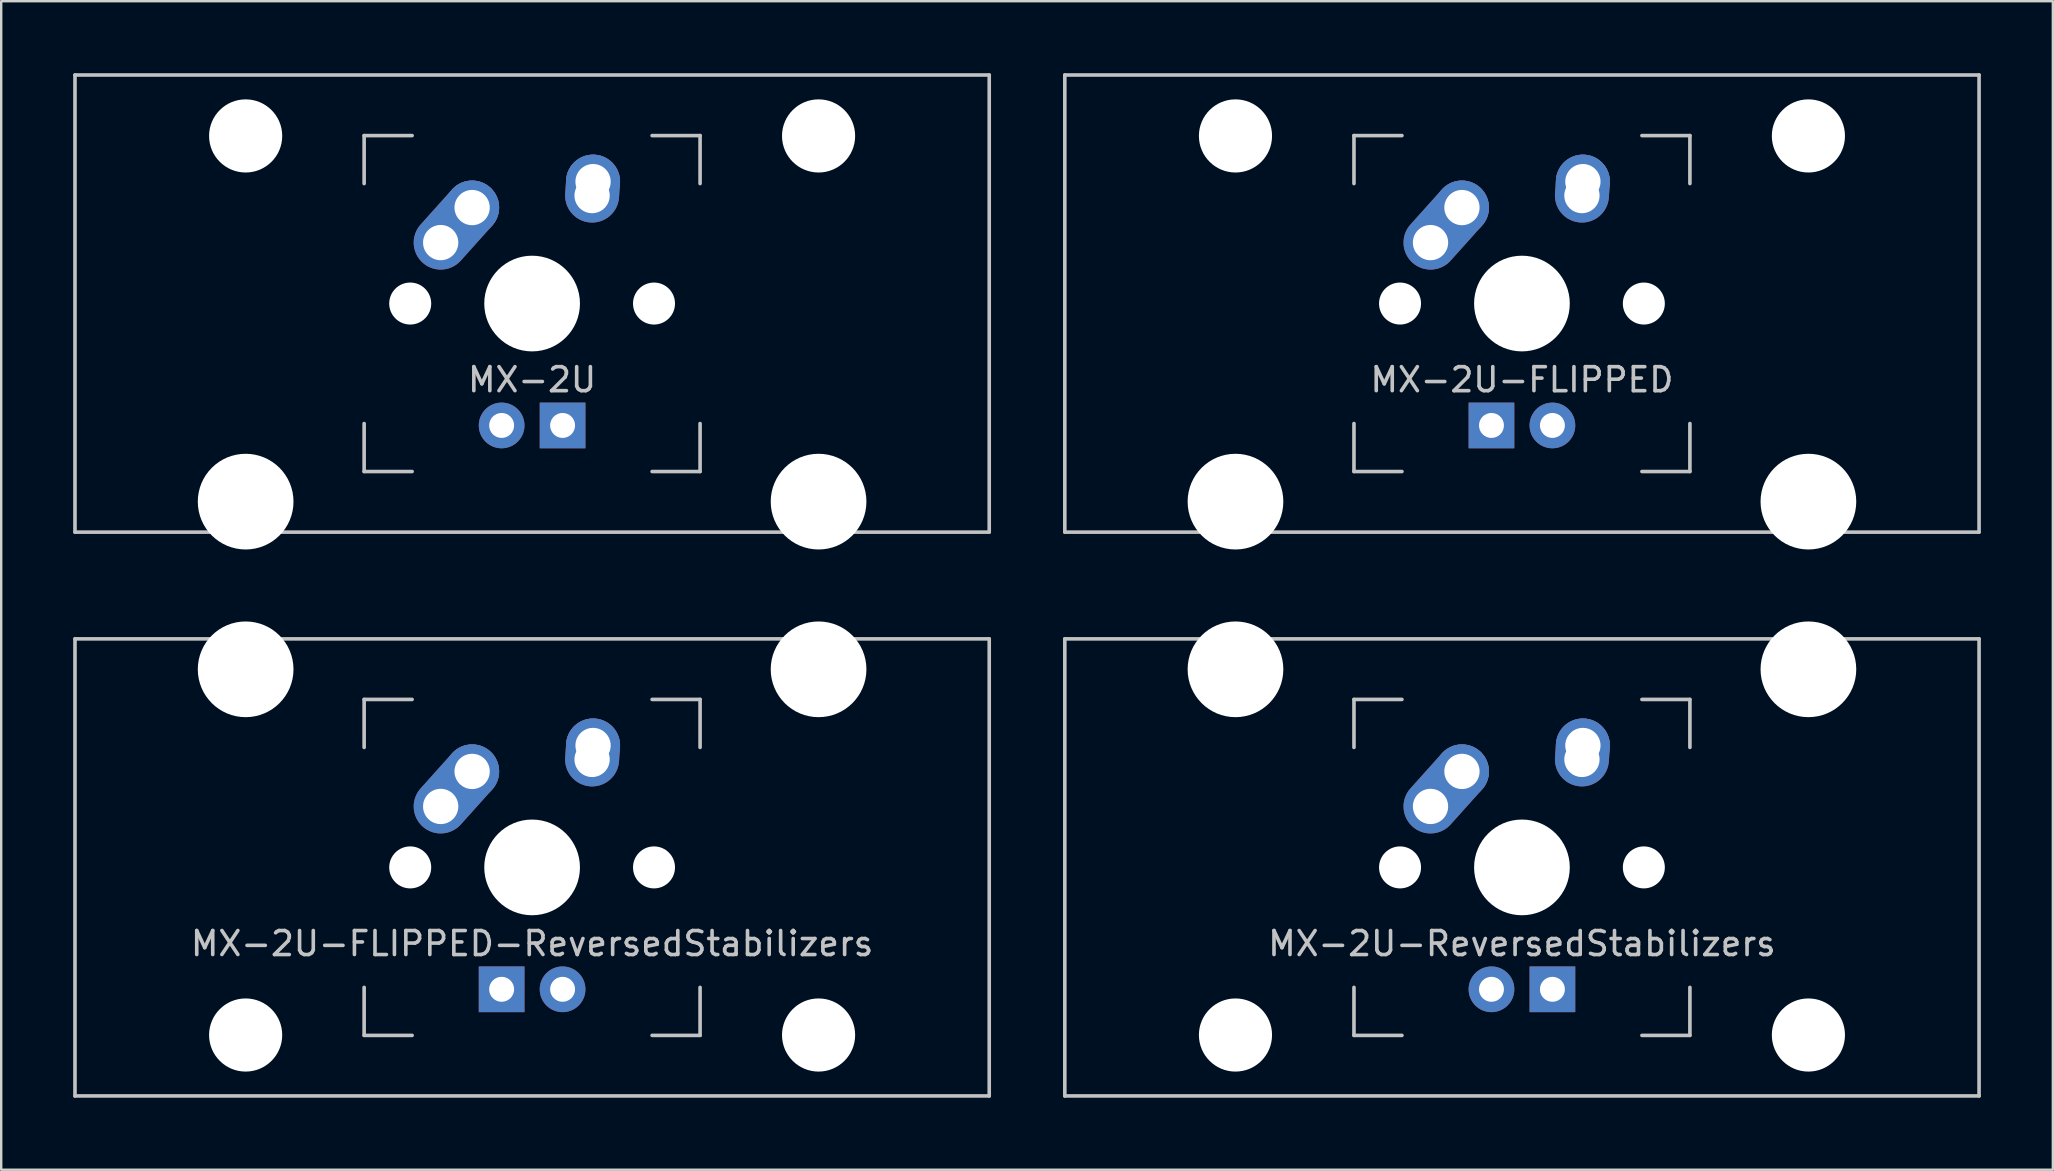
<source format=kicad_pcb>
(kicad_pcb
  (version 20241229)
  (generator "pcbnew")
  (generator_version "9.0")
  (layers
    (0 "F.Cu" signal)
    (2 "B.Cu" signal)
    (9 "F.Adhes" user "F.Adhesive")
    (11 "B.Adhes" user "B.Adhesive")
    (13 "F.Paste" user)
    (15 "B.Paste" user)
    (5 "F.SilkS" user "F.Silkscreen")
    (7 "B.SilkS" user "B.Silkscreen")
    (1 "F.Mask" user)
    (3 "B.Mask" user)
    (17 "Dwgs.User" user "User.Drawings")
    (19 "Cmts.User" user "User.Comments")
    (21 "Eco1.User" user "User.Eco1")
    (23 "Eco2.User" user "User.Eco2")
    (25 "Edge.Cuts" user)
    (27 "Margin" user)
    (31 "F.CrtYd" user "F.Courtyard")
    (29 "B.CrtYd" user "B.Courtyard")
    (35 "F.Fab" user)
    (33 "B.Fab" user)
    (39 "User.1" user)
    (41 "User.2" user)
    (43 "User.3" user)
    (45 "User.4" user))
  (footprint "MX-2U-FLIPPED"
    (layer "F.Cu")
    (at 60.375 9.6)
    (property "Reference" "MX-2U-FLIPPED" (at 0 3.175 0) (layer "Dwgs.User") (effects (font (size 1 1) (thickness 0.15))))
    (attr through_hole)
    (fp_line (start -19.05 -9.525) (end 19.05 -9.525) (stroke (width 0.15) (type solid)) (layer "Dwgs.User"))
    (fp_line (start -19.05 9.525) (end -19.05 -9.525) (stroke (width 0.15) (type solid)) (layer "Dwgs.User"))
    (fp_line (start -19.05 9.525) (end 19.05 9.525) (stroke (width 0.15) (type solid)) (layer "Dwgs.User"))
    (fp_line (start -7 -7) (end -7 -5) (stroke (width 0.15) (type solid)) (layer "Dwgs.User"))
    (fp_line (start -7 5) (end -7 7) (stroke (width 0.15) (type solid)) (layer "Dwgs.User"))
    (fp_line (start -7 7) (end -5 7) (stroke (width 0.15) (type solid)) (layer "Dwgs.User"))
    (fp_line (start -5 -7) (end -7 -7) (stroke (width 0.15) (type solid)) (layer "Dwgs.User"))
    (fp_line (start 5 -7) (end 7 -7) (stroke (width 0.15) (type solid)) (layer "Dwgs.User"))
    (fp_line (start 5 7) (end 7 7) (stroke (width 0.15) (type solid)) (layer "Dwgs.User"))
    (fp_line (start 7 -7) (end 7 -5) (stroke (width 0.15) (type solid)) (layer "Dwgs.User"))
    (fp_line (start 7 7) (end 7 5) (stroke (width 0.15) (type solid)) (layer "Dwgs.User"))
    (fp_line (start 19.05 -9.525) (end 19.05 9.525) (stroke (width 0.15) (type solid)) (layer "Dwgs.User"))
    (pad "" np_thru_hole circle (at -11.938 -6.985) (size 3.048 3.048) (drill 3.048) (layers "*.Cu" "*.Mask"))
    (pad "" np_thru_hole circle (at -11.938 8.255) (size 3.988 3.988) (drill 3.988) (layers "*.Cu" "*.Mask"))
    (pad "" np_thru_hole circle (at -5.08 0 48.1) (size 1.75 1.75) (drill 1.75) (layers "*.Cu" "*.Mask"))
    (pad "" np_thru_hole circle (at 0 0) (size 3.988 3.988) (drill 3.988) (layers "*.Cu" "*.Mask"))
    (pad "" np_thru_hole circle (at 5.08 0 48.1) (size 1.75 1.75) (drill 1.75) (layers "*.Cu" "*.Mask"))
    (pad "" np_thru_hole circle (at 11.938 -6.985) (size 3.048 3.048) (drill 3.048) (layers "*.Cu" "*.Mask"))
    (pad "" np_thru_hole circle (at 11.938 8.255) (size 3.988 3.988) (drill 3.988) (layers "*.Cu" "*.Mask"))
    (pad "1" thru_hole oval (at -3.81 -2.54 48.1) (size 4.212 2.25) (drill 1.47 (offset 0.981 0)) (layers "*.Cu" "B.Mask"))
    (pad "1" thru_hole circle (at -2.5 -4) (size 2.25 2.25) (drill 1.47) (layers "*.Cu" "B.Mask"))
    (pad "2" thru_hole oval (at 2.5 -4.5 86.055) (size 2.831 2.25) (drill 1.47 (offset 0.291 0)) (layers "*.Cu" "B.Mask"))
    (pad "2" thru_hole circle (at 2.54 -5.08) (size 2.25 2.25) (drill 1.47) (layers "*.Cu" "B.Mask"))
    (pad "3" thru_hole circle (at 1.27 5.08) (size 1.905 1.905) (drill 1.04) (layers "*.Cu" "B.Mask"))
    (pad "4" thru_hole rect (at -1.27 5.08) (size 1.905 1.905) (drill 1.04) (layers "*.Cu" "B.Mask")))
  (footprint "MX-2U-FLIPPED-ReversedStabilizers"
    (layer "F.Cu")
    (at 19.125 33.098)
    (property "Reference" "MX-2U-FLIPPED-ReversedStabilizers" (at 0 3.175 0) (layer "Dwgs.User") (effects (font (size 1 1) (thickness 0.15))))
    (attr through_hole)
    (fp_line (start -19.05 -9.525) (end 19.05 -9.525) (stroke (width 0.15) (type solid)) (layer "Dwgs.User"))
    (fp_line (start -19.05 9.525) (end -19.05 -9.525) (stroke (width 0.15) (type solid)) (layer "Dwgs.User"))
    (fp_line (start -19.05 9.525) (end 19.05 9.525) (stroke (width 0.15) (type solid)) (layer "Dwgs.User"))
    (fp_line (start -7 -7) (end -7 -5) (stroke (width 0.15) (type solid)) (layer "Dwgs.User"))
    (fp_line (start -7 5) (end -7 7) (stroke (width 0.15) (type solid)) (layer "Dwgs.User"))
    (fp_line (start -7 7) (end -5 7) (stroke (width 0.15) (type solid)) (layer "Dwgs.User"))
    (fp_line (start -5 -7) (end -7 -7) (stroke (width 0.15) (type solid)) (layer "Dwgs.User"))
    (fp_line (start 5 -7) (end 7 -7) (stroke (width 0.15) (type solid)) (layer "Dwgs.User"))
    (fp_line (start 5 7) (end 7 7) (stroke (width 0.15) (type solid)) (layer "Dwgs.User"))
    (fp_line (start 7 -7) (end 7 -5) (stroke (width 0.15) (type solid)) (layer "Dwgs.User"))
    (fp_line (start 7 7) (end 7 5) (stroke (width 0.15) (type solid)) (layer "Dwgs.User"))
    (fp_line (start 19.05 -9.525) (end 19.05 9.525) (stroke (width 0.15) (type solid)) (layer "Dwgs.User"))
    (pad "" np_thru_hole circle (at -11.938 -8.255) (size 3.988 3.988) (drill 3.988) (layers "*.Cu" "*.Mask"))
    (pad "" np_thru_hole circle (at -11.938 6.985) (size 3.048 3.048) (drill 3.048) (layers "*.Cu" "*.Mask"))
    (pad "" np_thru_hole circle (at -5.08 0 48.1) (size 1.75 1.75) (drill 1.75) (layers "*.Cu" "*.Mask"))
    (pad "" np_thru_hole circle (at 0 0) (size 3.988 3.988) (drill 3.988) (layers "*.Cu" "*.Mask"))
    (pad "" np_thru_hole circle (at 5.08 0 48.1) (size 1.75 1.75) (drill 1.75) (layers "*.Cu" "*.Mask"))
    (pad "" np_thru_hole circle (at 11.938 -8.255) (size 3.988 3.988) (drill 3.988) (layers "*.Cu" "*.Mask"))
    (pad "" np_thru_hole circle (at 11.938 6.985) (size 3.048 3.048) (drill 3.048) (layers "*.Cu" "*.Mask"))
    (pad "1" thru_hole oval (at -3.81 -2.54 48.1) (size 4.212 2.25) (drill 1.47 (offset 0.981 0)) (layers "*.Cu" "B.Mask"))
    (pad "1" thru_hole circle (at -2.5 -4) (size 2.25 2.25) (drill 1.47) (layers "*.Cu" "B.Mask"))
    (pad "2" thru_hole oval (at 2.5 -4.5 86.055) (size 2.831 2.25) (drill 1.47 (offset 0.291 0)) (layers "*.Cu" "B.Mask"))
    (pad "2" thru_hole circle (at 2.54 -5.08) (size 2.25 2.25) (drill 1.47) (layers "*.Cu" "B.Mask"))
    (pad "3" thru_hole circle (at 1.27 5.08) (size 1.905 1.905) (drill 1.04) (layers "*.Cu" "B.Mask"))
    (pad "4" thru_hole rect (at -1.27 5.08) (size 1.905 1.905) (drill 1.04) (layers "*.Cu" "B.Mask")))
  (footprint "MX-2U"
    (layer "F.Cu")
    (at 19.125 9.6)
    (property "Reference" "MX-2U" (at 0 3.175 0) (layer "Dwgs.User") (effects (font (size 1 1) (thickness 0.15))))
    (attr through_hole)
    (fp_line (start -19.05 -9.525) (end 19.05 -9.525) (stroke (width 0.15) (type solid)) (layer "Dwgs.User"))
    (fp_line (start -19.05 9.525) (end -19.05 -9.525) (stroke (width 0.15) (type solid)) (layer "Dwgs.User"))
    (fp_line (start -19.05 9.525) (end 19.05 9.525) (stroke (width 0.15) (type solid)) (layer "Dwgs.User"))
    (fp_line (start -7 -7) (end -7 -5) (stroke (width 0.15) (type solid)) (layer "Dwgs.User"))
    (fp_line (start -7 5) (end -7 7) (stroke (width 0.15) (type solid)) (layer "Dwgs.User"))
    (fp_line (start -7 7) (end -5 7) (stroke (width 0.15) (type solid)) (layer "Dwgs.User"))
    (fp_line (start -5 -7) (end -7 -7) (stroke (width 0.15) (type solid)) (layer "Dwgs.User"))
    (fp_line (start 5 -7) (end 7 -7) (stroke (width 0.15) (type solid)) (layer "Dwgs.User"))
    (fp_line (start 5 7) (end 7 7) (stroke (width 0.15) (type solid)) (layer "Dwgs.User"))
    (fp_line (start 7 -7) (end 7 -5) (stroke (width 0.15) (type solid)) (layer "Dwgs.User"))
    (fp_line (start 7 7) (end 7 5) (stroke (width 0.15) (type solid)) (layer "Dwgs.User"))
    (fp_line (start 19.05 -9.525) (end 19.05 9.525) (stroke (width 0.15) (type solid)) (layer "Dwgs.User"))
    (pad "" np_thru_hole circle (at -11.938 -6.985) (size 3.048 3.048) (drill 3.048) (layers "*.Cu" "*.Mask"))
    (pad "" np_thru_hole circle (at -11.938 8.255) (size 3.988 3.988) (drill 3.988) (layers "*.Cu" "*.Mask"))
    (pad "" np_thru_hole circle (at -5.08 0 48.1) (size 1.75 1.75) (drill 1.75) (layers "*.Cu" "*.Mask"))
    (pad "" np_thru_hole circle (at 0 0) (size 3.988 3.988) (drill 3.988) (layers "*.Cu" "*.Mask"))
    (pad "" np_thru_hole circle (at 5.08 0 48.1) (size 1.75 1.75) (drill 1.75) (layers "*.Cu" "*.Mask"))
    (pad "" np_thru_hole circle (at 11.938 -6.985) (size 3.048 3.048) (drill 3.048) (layers "*.Cu" "*.Mask"))
    (pad "" np_thru_hole circle (at 11.938 8.255) (size 3.988 3.988) (drill 3.988) (layers "*.Cu" "*.Mask"))
    (pad "1" thru_hole oval (at -3.81 -2.54 48.1) (size 4.212 2.25) (drill 1.47 (offset 0.981 0)) (layers "*.Cu" "B.Mask"))
    (pad "1" thru_hole circle (at -2.5 -4) (size 2.25 2.25) (drill 1.47) (layers "*.Cu" "B.Mask"))
    (pad "2" thru_hole oval (at 2.5 -4.5 86.055) (size 2.831 2.25) (drill 1.47 (offset 0.291 0)) (layers "*.Cu" "B.Mask"))
    (pad "2" thru_hole circle (at 2.54 -5.08) (size 2.25 2.25) (drill 1.47) (layers "*.Cu" "B.Mask"))
    (pad "3" thru_hole circle (at -1.27 5.08) (size 1.905 1.905) (drill 1.04) (layers "*.Cu" "B.Mask"))
    (pad "4" thru_hole rect (at 1.27 5.08) (size 1.905 1.905) (drill 1.04) (layers "*.Cu" "B.Mask")))
  (footprint "MX-2U-ReversedStabilizers"
    (layer "F.Cu")
    (at 60.375 33.098)
    (property "Reference" "MX-2U-ReversedStabilizers" (at 0 3.175 0) (layer "Dwgs.User") (effects (font (size 1 1) (thickness 0.15))))
    (attr through_hole)
    (fp_line (start -19.05 -9.525) (end 19.05 -9.525) (stroke (width 0.15) (type solid)) (layer "Dwgs.User"))
    (fp_line (start -19.05 9.525) (end -19.05 -9.525) (stroke (width 0.15) (type solid)) (layer "Dwgs.User"))
    (fp_line (start -19.05 9.525) (end 19.05 9.525) (stroke (width 0.15) (type solid)) (layer "Dwgs.User"))
    (fp_line (start -7 -7) (end -7 -5) (stroke (width 0.15) (type solid)) (layer "Dwgs.User"))
    (fp_line (start -7 5) (end -7 7) (stroke (width 0.15) (type solid)) (layer "Dwgs.User"))
    (fp_line (start -7 7) (end -5 7) (stroke (width 0.15) (type solid)) (layer "Dwgs.User"))
    (fp_line (start -5 -7) (end -7 -7) (stroke (width 0.15) (type solid)) (layer "Dwgs.User"))
    (fp_line (start 5 -7) (end 7 -7) (stroke (width 0.15) (type solid)) (layer "Dwgs.User"))
    (fp_line (start 5 7) (end 7 7) (stroke (width 0.15) (type solid)) (layer "Dwgs.User"))
    (fp_line (start 7 -7) (end 7 -5) (stroke (width 0.15) (type solid)) (layer "Dwgs.User"))
    (fp_line (start 7 7) (end 7 5) (stroke (width 0.15) (type solid)) (layer "Dwgs.User"))
    (fp_line (start 19.05 -9.525) (end 19.05 9.525) (stroke (width 0.15) (type solid)) (layer "Dwgs.User"))
    (pad "" np_thru_hole circle (at -11.938 -8.255) (size 3.988 3.988) (drill 3.988) (layers "*.Cu" "*.Mask"))
    (pad "" np_thru_hole circle (at -11.938 6.985) (size 3.048 3.048) (drill 3.048) (layers "*.Cu" "*.Mask"))
    (pad "" np_thru_hole circle (at -5.08 0 48.1) (size 1.75 1.75) (drill 1.75) (layers "*.Cu" "*.Mask"))
    (pad "" np_thru_hole circle (at 0 0) (size 3.988 3.988) (drill 3.988) (layers "*.Cu" "*.Mask"))
    (pad "" np_thru_hole circle (at 5.08 0 48.1) (size 1.75 1.75) (drill 1.75) (layers "*.Cu" "*.Mask"))
    (pad "" np_thru_hole circle (at 11.938 -8.255) (size 3.988 3.988) (drill 3.988) (layers "*.Cu" "*.Mask"))
    (pad "" np_thru_hole circle (at 11.938 6.985) (size 3.048 3.048) (drill 3.048) (layers "*.Cu" "*.Mask"))
    (pad "1" thru_hole oval (at -3.81 -2.54 48.1) (size 4.212 2.25) (drill 1.47 (offset 0.981 0)) (layers "*.Cu" "B.Mask"))
    (pad "1" thru_hole circle (at -2.5 -4) (size 2.25 2.25) (drill 1.47) (layers "*.Cu" "B.Mask"))
    (pad "2" thru_hole oval (at 2.5 -4.5 86.055) (size 2.831 2.25) (drill 1.47 (offset 0.291 0)) (layers "*.Cu" "B.Mask"))
    (pad "2" thru_hole circle (at 2.54 -5.08) (size 2.25 2.25) (drill 1.47) (layers "*.Cu" "B.Mask"))
    (pad "3" thru_hole circle (at -1.27 5.08) (size 1.905 1.905) (drill 1.04) (layers "*.Cu" "B.Mask"))
    (pad "4" thru_hole rect (at 1.27 5.08) (size 1.905 1.905) (drill 1.04) (layers "*.Cu" "B.Mask")))
  (gr_rect
    (start -3 -3)
    (end 82.5 45.698)
    (stroke (width 0.1) (type default))
    (fill no)
    (layer "Edge.Cuts")))
</source>
